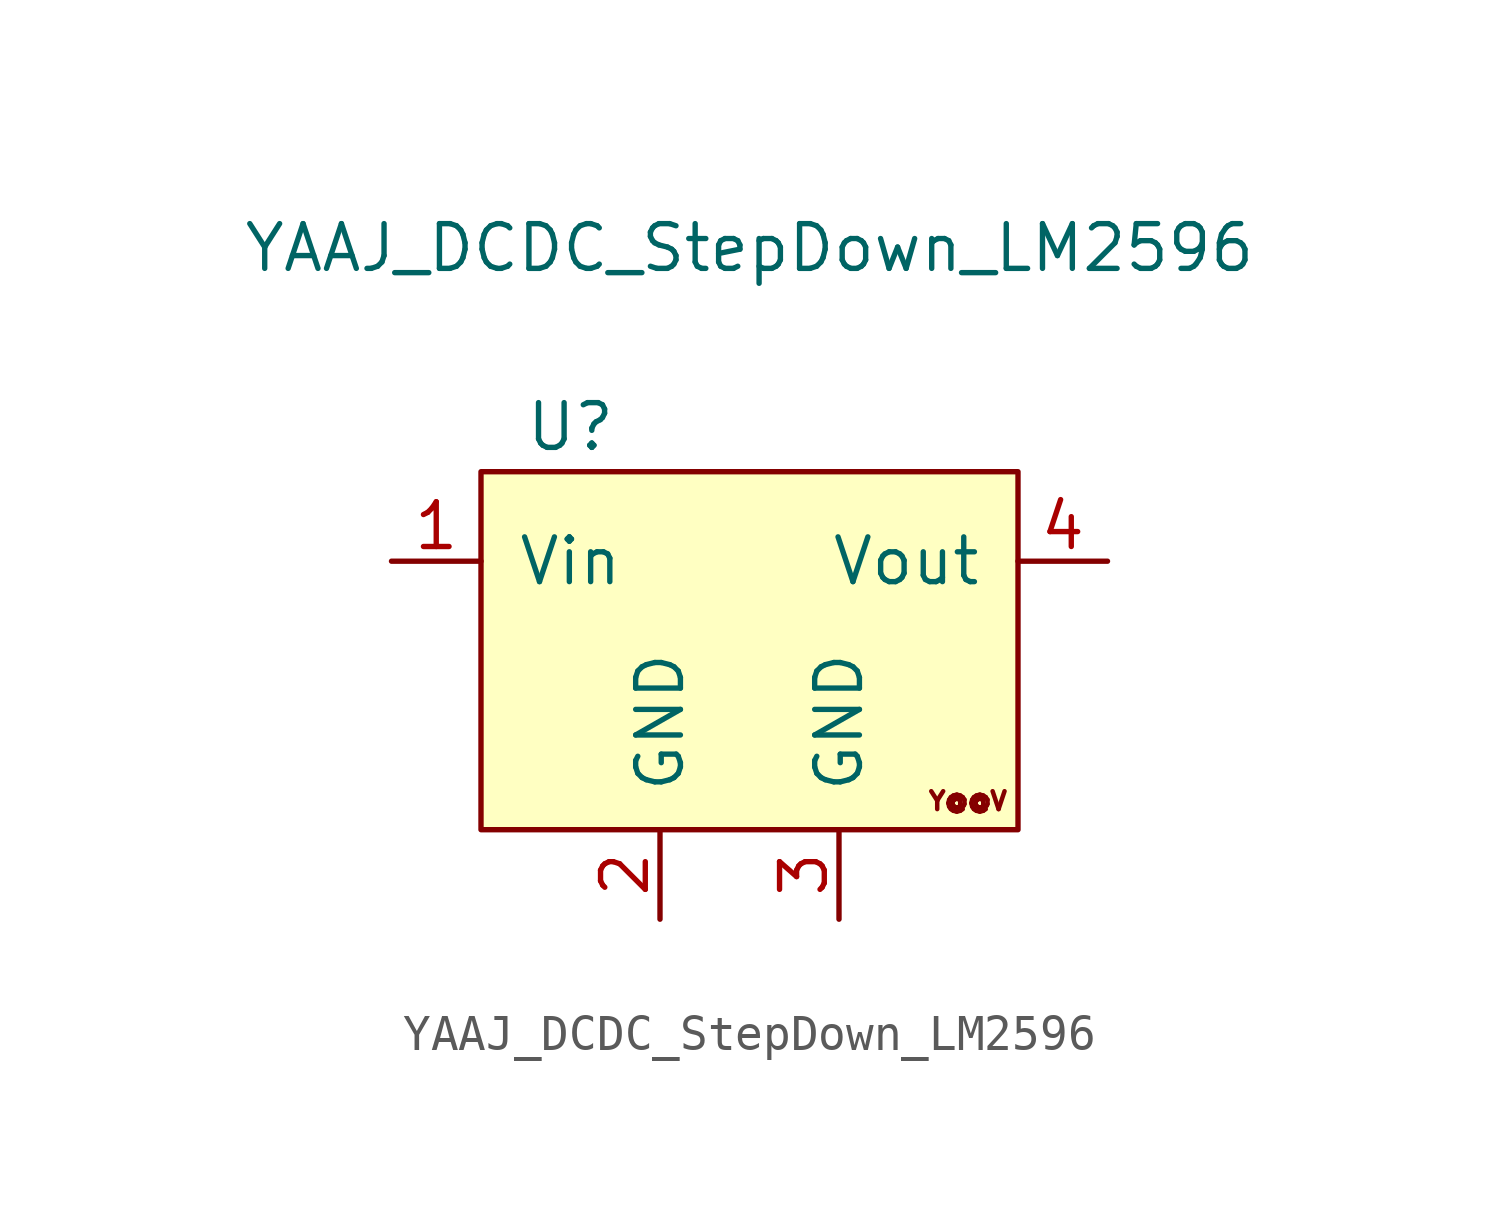
<source format=kicad_sym>
(kicad_symbol_lib
  (version 20211014)
  (generator kicad_symbol_editor)
  (symbol "YAAJ_DCDC_StepDown_LM2596"
    (pin_names
      (offset 1.016))
    (property "Reference" "U"
      (at -5.08 6.35 0)
      (effects (font (size 1.27 1.27))))
    (property "Value" "YAAJ_DCDC_StepDown_LM2596"
      (at 0 11.43 0)
      (effects (font (size 1.27 1.27))))
    (symbol "YAAJ_DCDC_StepDown_LM2596_0_1"
      (rectangle (start -7.62 5.08) (end 7.62 -5.08) (stroke (width 0) (type default) (color 0 0 0 0)) (fill (type background))))
    (symbol "YAAJ_DCDC_StepDown_LM2596_1_1"
      (text "Y@@V" (at 6.198 -4.267 0) (effects (font (size 0.508 0.508))))
      (pin power_in line (at -10.16 2.54 0) (length 2.54) (name "Vin" (effects (font (size 1.27 1.27)))) (number "1" (effects (font (size 1.27 1.27)))))
      (pin power_in line (at -2.54 -7.62 90) (length 2.54) (name "GND" (effects (font (size 1.27 1.27)))) (number "2" (effects (font (size 1.27 1.27)))))
      (pin power_in line (at 2.54 -7.62 90) (length 2.54) (name "GND" (effects (font (size 1.27 1.27)))) (number "3" (effects (font (size 1.27 1.27)))))
      (pin power_out line (at 10.16 2.54 180) (length 2.54) (name "Vout" (effects (font (size 1.27 1.27)))) (number "4" (effects (font (size 1.27 1.27))))))))
</source>
